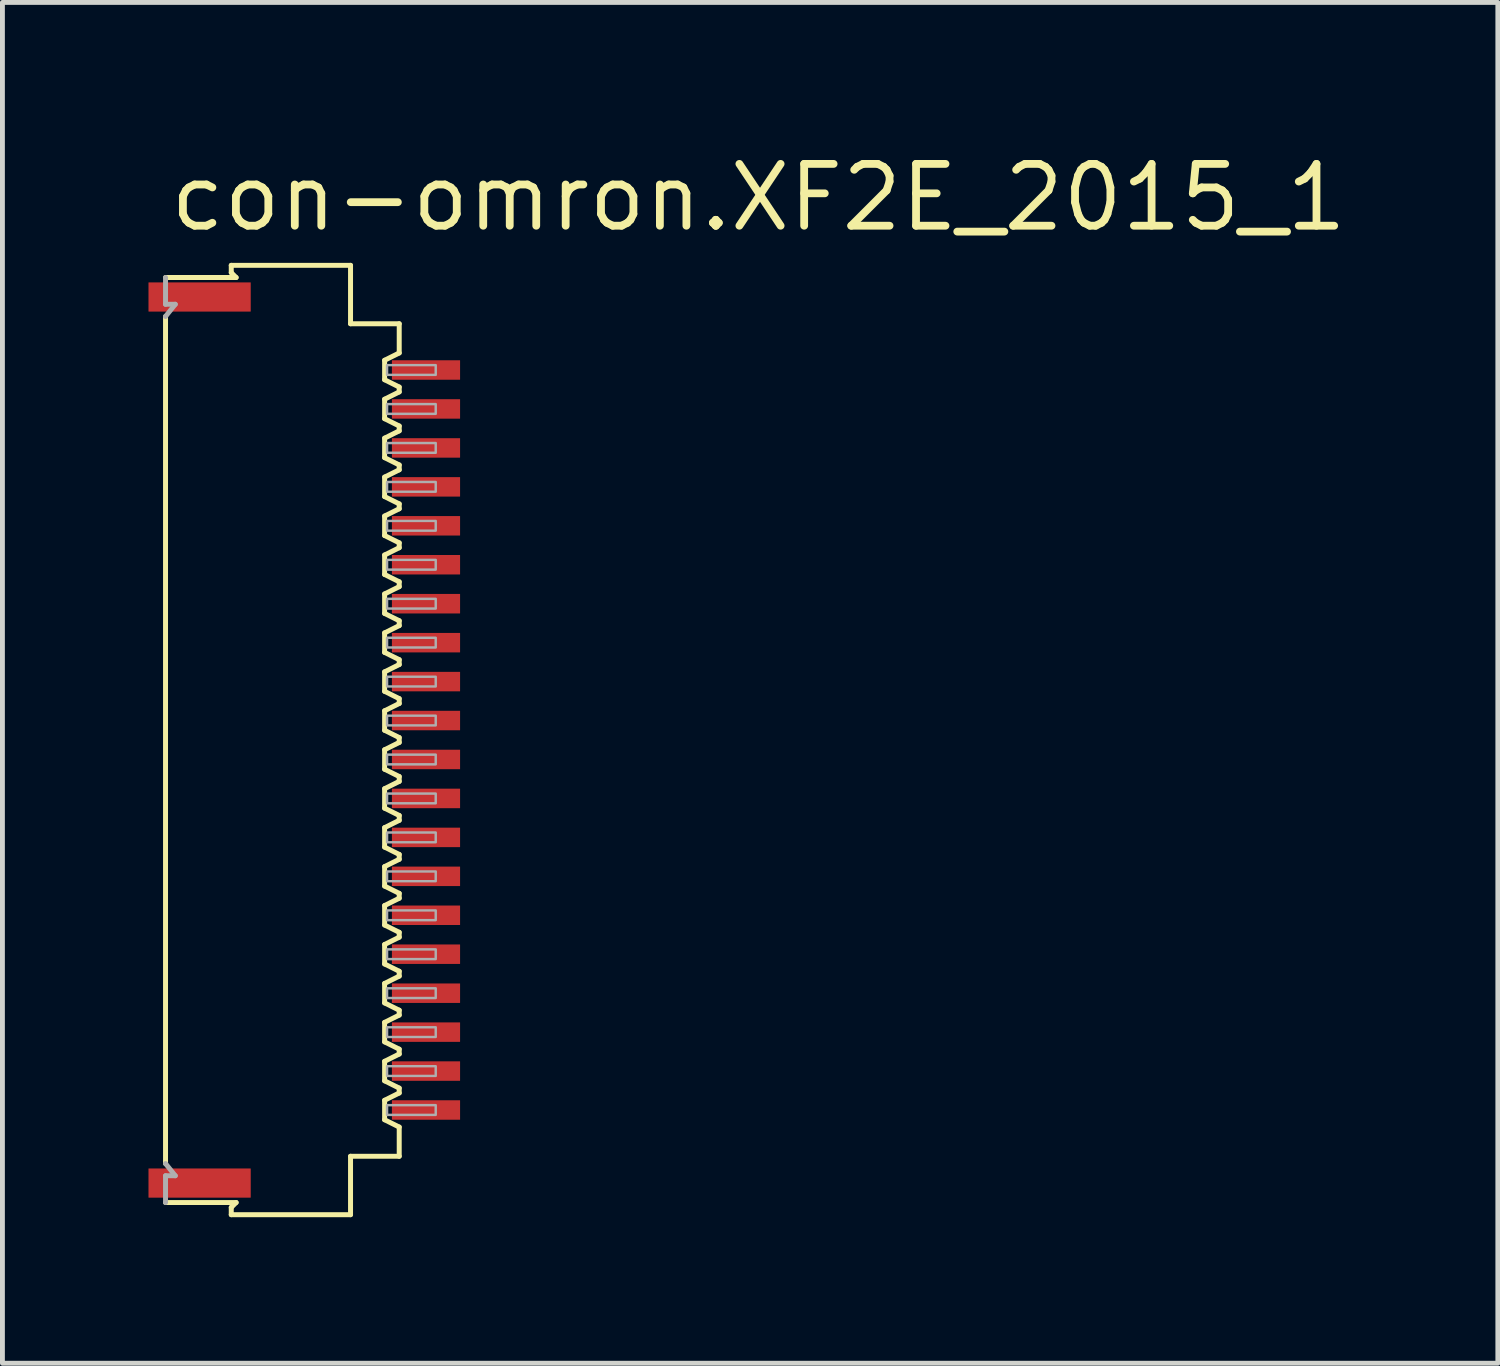
<source format=kicad_pcb>
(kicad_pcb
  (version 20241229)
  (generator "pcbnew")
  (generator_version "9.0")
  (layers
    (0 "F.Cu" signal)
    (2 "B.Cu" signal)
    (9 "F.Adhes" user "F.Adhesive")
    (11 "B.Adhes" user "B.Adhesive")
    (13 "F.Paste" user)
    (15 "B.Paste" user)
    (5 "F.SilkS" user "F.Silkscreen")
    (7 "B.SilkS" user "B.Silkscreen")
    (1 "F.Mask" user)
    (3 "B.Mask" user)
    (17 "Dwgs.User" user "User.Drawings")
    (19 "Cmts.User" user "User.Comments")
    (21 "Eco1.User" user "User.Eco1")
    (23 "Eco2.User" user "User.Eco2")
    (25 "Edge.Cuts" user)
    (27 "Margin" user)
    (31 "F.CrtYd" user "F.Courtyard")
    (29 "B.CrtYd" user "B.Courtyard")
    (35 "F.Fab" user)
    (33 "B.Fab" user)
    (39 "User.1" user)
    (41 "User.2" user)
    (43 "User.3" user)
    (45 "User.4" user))
  (footprint "con-omron.XF2E_2015_1"
    (layer "F.Cu")
    (at 3.16 12.15)
    (property "Reference" "con-omron.XF2E_2015_1" (at -2.8 -10.4 0) (layer "F.SilkS") (effects (font (size 1.27 1.27) (thickness 0.16)) (justify left bottom)))
    (attr smd)
    (fp_line (start -2.81 -8.7) (end -2.81 8.7) (stroke (width 0.102) (type default)) (layer "F.SilkS"))
    (fp_line (start -1.46 -9.75) (end -1.46 -9.6) (stroke (width 0.102) (type default)) (layer "F.SilkS"))
    (fp_line (start -1.46 -9.6) (end -1.36 -9.5) (stroke (width 0.102) (type default)) (layer "F.SilkS"))
    (fp_line (start -1.46 9.6) (end -1.46 9.75) (stroke (width 0.102) (type default)) (layer "F.SilkS"))
    (fp_line (start -1.36 -9.5) (end -2.81 -9.5) (stroke (width 0.102) (type default)) (layer "F.SilkS"))
    (fp_line (start -1.36 9.5) (end -2.81 9.5) (stroke (width 0.102) (type default)) (layer "F.SilkS"))
    (fp_line (start -1.36 9.5) (end -1.46 9.6) (stroke (width 0.102) (type default)) (layer "F.SilkS"))
    (fp_line (start 0.99 -9.75) (end -1.46 -9.75) (stroke (width 0.102) (type default)) (layer "F.SilkS"))
    (fp_line (start 0.99 -8.55) (end 0.99 -9.75) (stroke (width 0.102) (type default)) (layer "F.SilkS"))
    (fp_line (start 0.99 8.55) (end 1.99 8.55) (stroke (width 0.102) (type default)) (layer "F.SilkS"))
    (fp_line (start 0.99 9.75) (end -1.46 9.75) (stroke (width 0.102) (type default)) (layer "F.SilkS"))
    (fp_line (start 0.99 9.75) (end 0.99 8.55) (stroke (width 0.102) (type default)) (layer "F.SilkS"))
    (fp_line (start 1.69 -7.8) (end 1.99 -7.95) (stroke (width 0.102) (type default)) (layer "F.SilkS"))
    (fp_line (start 1.69 -7.4) (end 1.69 -7.8) (stroke (width 0.102) (type default)) (layer "F.SilkS"))
    (fp_line (start 1.69 -7) (end 1.69 -6.6) (stroke (width 0.102) (type default)) (layer "F.SilkS"))
    (fp_line (start 1.69 -6.6) (end 1.99 -6.45) (stroke (width 0.102) (type default)) (layer "F.SilkS"))
    (fp_line (start 1.69 -5.8) (end 1.69 -6.2) (stroke (width 0.102) (type default)) (layer "F.SilkS"))
    (fp_line (start 1.69 -5.4) (end 1.69 -5) (stroke (width 0.102) (type default)) (layer "F.SilkS"))
    (fp_line (start 1.69 -5) (end 1.99 -4.85) (stroke (width 0.102) (type default)) (layer "F.SilkS"))
    (fp_line (start 1.69 -4.2) (end 1.69 -4.6) (stroke (width 0.102) (type default)) (layer "F.SilkS"))
    (fp_line (start 1.69 -3.8) (end 1.69 -3.4) (stroke (width 0.102) (type default)) (layer "F.SilkS"))
    (fp_line (start 1.69 -3.4) (end 1.99 -3.25) (stroke (width 0.102) (type default)) (layer "F.SilkS"))
    (fp_line (start 1.69 -2.6) (end 1.69 -3) (stroke (width 0.102) (type default)) (layer "F.SilkS"))
    (fp_line (start 1.69 -2.2) (end 1.69 -1.8) (stroke (width 0.102) (type default)) (layer "F.SilkS"))
    (fp_line (start 1.69 -1.8) (end 1.99 -1.65) (stroke (width 0.102) (type default)) (layer "F.SilkS"))
    (fp_line (start 1.69 -1) (end 1.69 -1.4) (stroke (width 0.102) (type default)) (layer "F.SilkS"))
    (fp_line (start 1.69 -0.6) (end 1.69 -0.2) (stroke (width 0.102) (type default)) (layer "F.SilkS"))
    (fp_line (start 1.69 -0.2) (end 1.99 -0.05) (stroke (width 0.102) (type default)) (layer "F.SilkS"))
    (fp_line (start 1.69 0.6) (end 1.69 0.2) (stroke (width 0.102) (type default)) (layer "F.SilkS"))
    (fp_line (start 1.69 1) (end 1.69 1.4) (stroke (width 0.102) (type default)) (layer "F.SilkS"))
    (fp_line (start 1.69 1.4) (end 1.99 1.55) (stroke (width 0.102) (type default)) (layer "F.SilkS"))
    (fp_line (start 1.69 2.2) (end 1.69 1.8) (stroke (width 0.102) (type default)) (layer "F.SilkS"))
    (fp_line (start 1.69 2.6) (end 1.69 3) (stroke (width 0.102) (type default)) (layer "F.SilkS"))
    (fp_line (start 1.69 3) (end 1.99 3.15) (stroke (width 0.102) (type default)) (layer "F.SilkS"))
    (fp_line (start 1.69 3.8) (end 1.69 3.4) (stroke (width 0.102) (type default)) (layer "F.SilkS"))
    (fp_line (start 1.69 4.2) (end 1.69 4.6) (stroke (width 0.102) (type default)) (layer "F.SilkS"))
    (fp_line (start 1.69 4.6) (end 1.99 4.75) (stroke (width 0.102) (type default)) (layer "F.SilkS"))
    (fp_line (start 1.69 5.4) (end 1.69 5) (stroke (width 0.102) (type default)) (layer "F.SilkS"))
    (fp_line (start 1.69 5.8) (end 1.69 6.2) (stroke (width 0.102) (type default)) (layer "F.SilkS"))
    (fp_line (start 1.69 6.2) (end 1.99 6.35) (stroke (width 0.102) (type default)) (layer "F.SilkS"))
    (fp_line (start 1.69 7) (end 1.69 6.6) (stroke (width 0.102) (type default)) (layer "F.SilkS"))
    (fp_line (start 1.69 7.4) (end 1.69 7.8) (stroke (width 0.102) (type default)) (layer "F.SilkS"))
    (fp_line (start 1.69 7.8) (end 1.99 7.95) (stroke (width 0.102) (type default)) (layer "F.SilkS"))
    (fp_line (start 1.99 -8.55) (end 0.99 -8.55) (stroke (width 0.102) (type default)) (layer "F.SilkS"))
    (fp_line (start 1.99 -7.95) (end 1.99 -8.55) (stroke (width 0.102) (type default)) (layer "F.SilkS"))
    (fp_line (start 1.99 -7.25) (end 1.69 -7.4) (stroke (width 0.102) (type default)) (layer "F.SilkS"))
    (fp_line (start 1.99 -7.25) (end 1.99 -7.15) (stroke (width 0.102) (type default)) (layer "F.SilkS"))
    (fp_line (start 1.99 -7.15) (end 1.69 -7) (stroke (width 0.102) (type default)) (layer "F.SilkS"))
    (fp_line (start 1.99 -6.45) (end 1.99 -6.35) (stroke (width 0.102) (type default)) (layer "F.SilkS"))
    (fp_line (start 1.99 -6.35) (end 1.69 -6.2) (stroke (width 0.102) (type default)) (layer "F.SilkS"))
    (fp_line (start 1.99 -5.65) (end 1.69 -5.8) (stroke (width 0.102) (type default)) (layer "F.SilkS"))
    (fp_line (start 1.99 -5.65) (end 1.99 -5.55) (stroke (width 0.102) (type default)) (layer "F.SilkS"))
    (fp_line (start 1.99 -5.55) (end 1.69 -5.4) (stroke (width 0.102) (type default)) (layer "F.SilkS"))
    (fp_line (start 1.99 -4.85) (end 1.99 -4.75) (stroke (width 0.102) (type default)) (layer "F.SilkS"))
    (fp_line (start 1.99 -4.75) (end 1.69 -4.6) (stroke (width 0.102) (type default)) (layer "F.SilkS"))
    (fp_line (start 1.99 -4.05) (end 1.69 -4.2) (stroke (width 0.102) (type default)) (layer "F.SilkS"))
    (fp_line (start 1.99 -4.05) (end 1.99 -3.95) (stroke (width 0.102) (type default)) (layer "F.SilkS"))
    (fp_line (start 1.99 -3.95) (end 1.69 -3.8) (stroke (width 0.102) (type default)) (layer "F.SilkS"))
    (fp_line (start 1.99 -3.25) (end 1.99 -3.15) (stroke (width 0.102) (type default)) (layer "F.SilkS"))
    (fp_line (start 1.99 -3.15) (end 1.69 -3) (stroke (width 0.102) (type default)) (layer "F.SilkS"))
    (fp_line (start 1.99 -2.45) (end 1.69 -2.6) (stroke (width 0.102) (type default)) (layer "F.SilkS"))
    (fp_line (start 1.99 -2.45) (end 1.99 -2.35) (stroke (width 0.102) (type default)) (layer "F.SilkS"))
    (fp_line (start 1.99 -2.35) (end 1.69 -2.2) (stroke (width 0.102) (type default)) (layer "F.SilkS"))
    (fp_line (start 1.99 -1.65) (end 1.99 -1.55) (stroke (width 0.102) (type default)) (layer "F.SilkS"))
    (fp_line (start 1.99 -1.55) (end 1.69 -1.4) (stroke (width 0.102) (type default)) (layer "F.SilkS"))
    (fp_line (start 1.99 -0.85) (end 1.69 -1) (stroke (width 0.102) (type default)) (layer "F.SilkS"))
    (fp_line (start 1.99 -0.85) (end 1.99 -0.75) (stroke (width 0.102) (type default)) (layer "F.SilkS"))
    (fp_line (start 1.99 -0.75) (end 1.69 -0.6) (stroke (width 0.102) (type default)) (layer "F.SilkS"))
    (fp_line (start 1.99 -0.05) (end 1.99 0.05) (stroke (width 0.102) (type default)) (layer "F.SilkS"))
    (fp_line (start 1.99 0.05) (end 1.69 0.2) (stroke (width 0.102) (type default)) (layer "F.SilkS"))
    (fp_line (start 1.99 0.75) (end 1.69 0.6) (stroke (width 0.102) (type default)) (layer "F.SilkS"))
    (fp_line (start 1.99 0.75) (end 1.99 0.85) (stroke (width 0.102) (type default)) (layer "F.SilkS"))
    (fp_line (start 1.99 0.85) (end 1.69 1) (stroke (width 0.102) (type default)) (layer "F.SilkS"))
    (fp_line (start 1.99 1.55) (end 1.99 1.65) (stroke (width 0.102) (type default)) (layer "F.SilkS"))
    (fp_line (start 1.99 1.65) (end 1.69 1.8) (stroke (width 0.102) (type default)) (layer "F.SilkS"))
    (fp_line (start 1.99 2.35) (end 1.69 2.2) (stroke (width 0.102) (type default)) (layer "F.SilkS"))
    (fp_line (start 1.99 2.35) (end 1.99 2.45) (stroke (width 0.102) (type default)) (layer "F.SilkS"))
    (fp_line (start 1.99 2.45) (end 1.69 2.6) (stroke (width 0.102) (type default)) (layer "F.SilkS"))
    (fp_line (start 1.99 3.15) (end 1.99 3.25) (stroke (width 0.102) (type default)) (layer "F.SilkS"))
    (fp_line (start 1.99 3.25) (end 1.69 3.4) (stroke (width 0.102) (type default)) (layer "F.SilkS"))
    (fp_line (start 1.99 3.95) (end 1.69 3.8) (stroke (width 0.102) (type default)) (layer "F.SilkS"))
    (fp_line (start 1.99 3.95) (end 1.99 4.05) (stroke (width 0.102) (type default)) (layer "F.SilkS"))
    (fp_line (start 1.99 4.05) (end 1.69 4.2) (stroke (width 0.102) (type default)) (layer "F.SilkS"))
    (fp_line (start 1.99 4.75) (end 1.99 4.85) (stroke (width 0.102) (type default)) (layer "F.SilkS"))
    (fp_line (start 1.99 4.85) (end 1.69 5) (stroke (width 0.102) (type default)) (layer "F.SilkS"))
    (fp_line (start 1.99 5.55) (end 1.69 5.4) (stroke (width 0.102) (type default)) (layer "F.SilkS"))
    (fp_line (start 1.99 5.55) (end 1.99 5.65) (stroke (width 0.102) (type default)) (layer "F.SilkS"))
    (fp_line (start 1.99 5.65) (end 1.69 5.8) (stroke (width 0.102) (type default)) (layer "F.SilkS"))
    (fp_line (start 1.99 6.35) (end 1.99 6.45) (stroke (width 0.102) (type default)) (layer "F.SilkS"))
    (fp_line (start 1.99 6.45) (end 1.69 6.6) (stroke (width 0.102) (type default)) (layer "F.SilkS"))
    (fp_line (start 1.99 7.15) (end 1.69 7) (stroke (width 0.102) (type default)) (layer "F.SilkS"))
    (fp_line (start 1.99 7.15) (end 1.99 7.25) (stroke (width 0.102) (type default)) (layer "F.SilkS"))
    (fp_line (start 1.99 7.25) (end 1.69 7.4) (stroke (width 0.102) (type default)) (layer "F.SilkS"))
    (fp_line (start 1.99 8.55) (end 1.99 7.95) (stroke (width 0.102) (type default)) (layer "F.SilkS"))
    (fp_line (start -2.81 -9.5) (end -2.81 -8.95) (stroke (width 0.102) (type default)) (layer "F.Fab"))
    (fp_line (start -2.81 -8.95) (end -2.61 -8.95) (stroke (width 0.102) (type default)) (layer "F.Fab"))
    (fp_line (start -2.81 8.7) (end -2.61 8.95) (stroke (width 0.102) (type default)) (layer "F.Fab"))
    (fp_line (start -2.81 8.95) (end -2.81 9.5) (stroke (width 0.102) (type default)) (layer "F.Fab"))
    (fp_line (start -2.81 8.95) (end -2.61 8.95) (stroke (width 0.102) (type default)) (layer "F.Fab"))
    (fp_line (start -2.61 -8.95) (end -2.81 -8.7) (stroke (width 0.102) (type default)) (layer "F.Fab"))
    (fp_rect (start 1.74 -7.5) (end 2.74 -7.7) (stroke (width 0.05) (type default)) (fill no) (layer "F.Fab"))
    (fp_rect (start 1.74 -6.7) (end 2.74 -6.9) (stroke (width 0.05) (type default)) (fill no) (layer "F.Fab"))
    (fp_rect (start 1.74 -5.9) (end 2.74 -6.1) (stroke (width 0.05) (type default)) (fill no) (layer "F.Fab"))
    (fp_rect (start 1.74 -5.1) (end 2.74 -5.3) (stroke (width 0.05) (type default)) (fill no) (layer "F.Fab"))
    (fp_rect (start 1.74 -4.3) (end 2.74 -4.5) (stroke (width 0.05) (type default)) (fill no) (layer "F.Fab"))
    (fp_rect (start 1.74 -3.5) (end 2.74 -3.7) (stroke (width 0.05) (type default)) (fill no) (layer "F.Fab"))
    (fp_rect (start 1.74 -2.7) (end 2.74 -2.9) (stroke (width 0.05) (type default)) (fill no) (layer "F.Fab"))
    (fp_rect (start 1.74 -1.9) (end 2.74 -2.1) (stroke (width 0.05) (type default)) (fill no) (layer "F.Fab"))
    (fp_rect (start 1.74 -1.1) (end 2.74 -1.3) (stroke (width 0.05) (type default)) (fill no) (layer "F.Fab"))
    (fp_rect (start 1.74 -0.3) (end 2.74 -0.5) (stroke (width 0.05) (type default)) (fill no) (layer "F.Fab"))
    (fp_rect (start 1.74 0.5) (end 2.74 0.3) (stroke (width 0.05) (type default)) (fill no) (layer "F.Fab"))
    (fp_rect (start 1.74 1.3) (end 2.74 1.1) (stroke (width 0.05) (type default)) (fill no) (layer "F.Fab"))
    (fp_rect (start 1.74 2.1) (end 2.74 1.9) (stroke (width 0.05) (type default)) (fill no) (layer "F.Fab"))
    (fp_rect (start 1.74 2.9) (end 2.74 2.7) (stroke (width 0.05) (type default)) (fill no) (layer "F.Fab"))
    (fp_rect (start 1.74 3.7) (end 2.74 3.5) (stroke (width 0.05) (type default)) (fill no) (layer "F.Fab"))
    (fp_rect (start 1.74 4.5) (end 2.74 4.3) (stroke (width 0.05) (type default)) (fill no) (layer "F.Fab"))
    (fp_rect (start 1.74 5.3) (end 2.74 5.1) (stroke (width 0.05) (type default)) (fill no) (layer "F.Fab"))
    (fp_rect (start 1.74 6.1) (end 2.74 5.9) (stroke (width 0.05) (type default)) (fill no) (layer "F.Fab"))
    (fp_rect (start 1.74 6.9) (end 2.74 6.7) (stroke (width 0.05) (type default)) (fill no) (layer "F.Fab"))
    (fp_rect (start 1.74 7.7) (end 2.74 7.5) (stroke (width 0.05) (type default)) (fill no) (layer "F.Fab"))
    (pad "1" smd roundrect (at 2.54 -7.6) (size 1.4 0.4) (layers "F.Cu" "F.Mask" "F.Paste") (roundrect_rratio 0.01))
    (pad "2" smd roundrect (at 2.54 -6.8) (size 1.4 0.4) (layers "F.Cu" "F.Mask" "F.Paste") (roundrect_rratio 0.01))
    (pad "3" smd roundrect (at 2.54 -6) (size 1.4 0.4) (layers "F.Cu" "F.Mask" "F.Paste") (roundrect_rratio 0.01))
    (pad "4" smd roundrect (at 2.54 -5.2) (size 1.4 0.4) (layers "F.Cu" "F.Mask" "F.Paste") (roundrect_rratio 0.01))
    (pad "5" smd roundrect (at 2.54 -4.4) (size 1.4 0.4) (layers "F.Cu" "F.Mask" "F.Paste") (roundrect_rratio 0.01))
    (pad "6" smd roundrect (at 2.54 -3.6) (size 1.4 0.4) (layers "F.Cu" "F.Mask" "F.Paste") (roundrect_rratio 0.01))
    (pad "7" smd roundrect (at 2.54 -2.8) (size 1.4 0.4) (layers "F.Cu" "F.Mask" "F.Paste") (roundrect_rratio 0.01))
    (pad "8" smd roundrect (at 2.54 -2) (size 1.4 0.4) (layers "F.Cu" "F.Mask" "F.Paste") (roundrect_rratio 0.01))
    (pad "9" smd roundrect (at 2.54 -1.2) (size 1.4 0.4) (layers "F.Cu" "F.Mask" "F.Paste") (roundrect_rratio 0.01))
    (pad "10" smd roundrect (at 2.54 -0.4) (size 1.4 0.4) (layers "F.Cu" "F.Mask" "F.Paste") (roundrect_rratio 0.01))
    (pad "11" smd roundrect (at 2.54 0.4) (size 1.4 0.4) (layers "F.Cu" "F.Mask" "F.Paste") (roundrect_rratio 0.01))
    (pad "12" smd roundrect (at 2.54 1.2) (size 1.4 0.4) (layers "F.Cu" "F.Mask" "F.Paste") (roundrect_rratio 0.01))
    (pad "13" smd roundrect (at 2.54 2) (size 1.4 0.4) (layers "F.Cu" "F.Mask" "F.Paste") (roundrect_rratio 0.01))
    (pad "14" smd roundrect (at 2.54 2.8) (size 1.4 0.4) (layers "F.Cu" "F.Mask" "F.Paste") (roundrect_rratio 0.01))
    (pad "15" smd roundrect (at 2.54 3.6) (size 1.4 0.4) (layers "F.Cu" "F.Mask" "F.Paste") (roundrect_rratio 0.01))
    (pad "16" smd roundrect (at 2.54 4.4) (size 1.4 0.4) (layers "F.Cu" "F.Mask" "F.Paste") (roundrect_rratio 0.01))
    (pad "17" smd roundrect (at 2.54 5.2) (size 1.4 0.4) (layers "F.Cu" "F.Mask" "F.Paste") (roundrect_rratio 0.01))
    (pad "18" smd roundrect (at 2.54 6) (size 1.4 0.4) (layers "F.Cu" "F.Mask" "F.Paste") (roundrect_rratio 0.01))
    (pad "19" smd roundrect (at 2.54 6.8) (size 1.4 0.4) (layers "F.Cu" "F.Mask" "F.Paste") (roundrect_rratio 0.01))
    (pad "20" smd roundrect (at 2.54 7.6) (size 1.4 0.4) (layers "F.Cu" "F.Mask" "F.Paste") (roundrect_rratio 0.01))
    (pad "M1" smd roundrect (at -2.11 -9.1) (size 2.1 0.6) (layers "F.Cu" "F.Mask" "F.Paste") (roundrect_rratio 0.01))
    (pad "M2" smd roundrect (at -2.11 9.1) (size 2.1 0.6) (layers "F.Cu" "F.Mask" "F.Paste") (roundrect_rratio 0.01)))
  (gr_rect
    (start -3 -3)
    (end 27.716 24.951)
    (stroke (width 0.1) (type default))
    (fill no)
    (layer "Edge.Cuts")))
</source>
